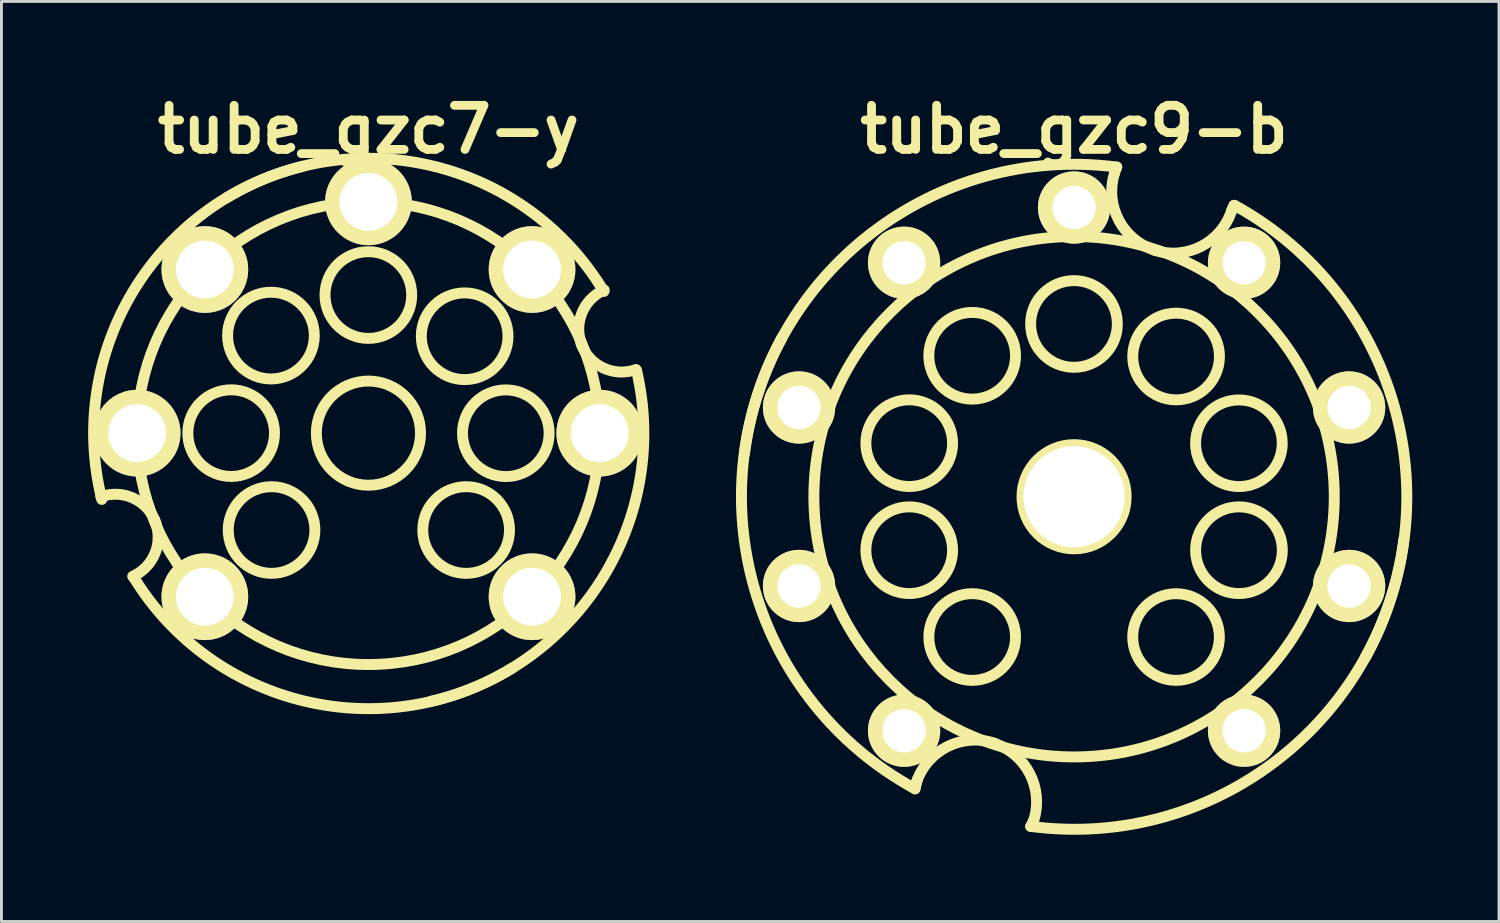
<source format=kicad_pcb>
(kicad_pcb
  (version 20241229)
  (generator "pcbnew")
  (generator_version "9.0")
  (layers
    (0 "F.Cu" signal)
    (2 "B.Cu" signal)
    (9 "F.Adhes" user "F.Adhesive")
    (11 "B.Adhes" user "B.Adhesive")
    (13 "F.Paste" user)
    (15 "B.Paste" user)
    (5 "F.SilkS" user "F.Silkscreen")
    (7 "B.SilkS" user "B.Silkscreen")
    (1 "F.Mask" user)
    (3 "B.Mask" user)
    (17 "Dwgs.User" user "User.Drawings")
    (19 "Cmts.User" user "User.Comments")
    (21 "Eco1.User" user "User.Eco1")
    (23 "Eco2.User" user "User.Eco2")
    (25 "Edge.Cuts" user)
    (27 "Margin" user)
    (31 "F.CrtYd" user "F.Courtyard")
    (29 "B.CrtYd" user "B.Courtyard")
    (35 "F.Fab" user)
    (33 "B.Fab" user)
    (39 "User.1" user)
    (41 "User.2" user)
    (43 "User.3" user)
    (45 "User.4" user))
  (footprint "tube_gzc9-b"
    (layer "F.Cu")
    (at 34.089 14.126)
    (property "Reference" "tube_gzc9-b" (at 0 -12.7 0) (layer "F.SilkS") (effects (font (size 1.524 1.524) (thickness 0.305))))
    (attr through_hole)
    (fp_line (start -5.499 10.099) (end -5.425 9.799) (stroke (width 0.378) (type solid)) (layer "F.SilkS"))
    (fp_line (start -1.501 11.4) (end -1.4 11.199) (stroke (width 0.378) (type solid)) (layer "F.SilkS"))
    (fp_line (start 1.476 -11.4) (end 1.4 -11.199) (stroke (width 0.378) (type solid)) (layer "F.SilkS"))
    (fp_line (start 5.524 -10.076) (end 5.451 -9.901) (stroke (width 0.378) (type solid)) (layer "F.SilkS"))
    (fp_arc (start -11.39952 -1.47574) (mid -7.017172 -9.104184) (end 1.47574 -11.39952) (stroke (width 0.37846) (type solid)) (layer "F.SilkS"))
    (fp_arc (start -5.4991 10.09904) (mid -11.029551 3.252649) (end -10.09904 -5.4991) (stroke (width 0.37846) (type solid)) (layer "F.SilkS"))
    (fp_arc (start -5.45084 9.87552) (mid -4.379419 8.640161) (end -2.74828 8.52424) (stroke (width 0.37846) (type solid)) (layer "F.SilkS"))
    (fp_arc (start -2.77622 8.52424) (mid -1.532678 9.575904) (end -1.397 11.19886) (stroke (width 0.37846) (type solid)) (layer "F.SilkS"))
    (fp_arc (start 2.79908 -8.52424) (mid 1.548843 -9.55974) (end 1.397 -11.176) (stroke (width 0.37846) (type solid)) (layer "F.SilkS"))
    (fp_arc (start 5.45084 -9.90092) (mid 4.39738 -8.658122) (end 2.77368 -8.52424) (stroke (width 0.37846) (type solid)) (layer "F.SilkS"))
    (fp_arc (start 5.5499 -10.07618) (mid 11.049307 -3.200563) (end 10.07618 5.5499) (stroke (width 0.37846) (type solid)) (layer "F.SilkS"))
    (fp_arc (start 11.39952 1.50114) (mid 6.999212 9.122144) (end -1.50114 11.39952) (stroke (width 0.37846) (type solid)) (layer "F.SilkS"))
    (fp_circle (center -5.7 -1.852) (end -4.201 -1.852) (stroke (width 0.378) (type solid)) (fill no) (layer "F.SilkS"))
    (fp_circle (center -5.7 1.849) (end -4.201 1.849) (stroke (width 0.378) (type solid)) (fill no) (layer "F.SilkS"))
    (fp_circle (center -3.523 -4.874) (end -2.024 -4.874) (stroke (width 0.378) (type solid)) (fill no) (layer "F.SilkS"))
    (fp_circle (center -3.523 4.851) (end -2.024 4.851) (stroke (width 0.378) (type solid)) (fill no) (layer "F.SilkS"))
    (fp_circle (center -0.003 -5.974) (end 1.496 -5.974) (stroke (width 0.378) (type solid)) (fill no) (layer "F.SilkS"))
    (fp_circle (center 0 0) (end 1.801 0) (stroke (width 0.378) (type solid)) (fill no) (layer "F.SilkS"))
    (fp_circle (center 0 0) (end 8.997 0) (stroke (width 0.378) (type solid)) (fill no) (layer "F.SilkS"))
    (fp_circle (center 3.526 4.851) (end 5.024 4.851) (stroke (width 0.378) (type solid)) (fill no) (layer "F.SilkS"))
    (fp_circle (center 3.528 -4.849) (end 5.027 -4.849) (stroke (width 0.378) (type solid)) (fill no) (layer "F.SilkS"))
    (fp_circle (center 5.7 -1.849) (end 7.198 -1.849) (stroke (width 0.378) (type solid)) (fill no) (layer "F.SilkS"))
    (fp_circle (center 5.702 1.849) (end 7.201 1.849) (stroke (width 0.378) (type solid)) (fill no) (layer "F.SilkS"))
    (pad "" np_thru_hole circle (at 0 0) (size 3.498 3.498) (drill 3.498) (layers "*.Cu" "*.Mask" "F.SilkS"))
    (pad "1" thru_hole circle (at 5.878 8.09) (size 2.499 2.499) (drill 1.499) (layers "*.Cu" "*.Mask" "F.SilkS"))
    (pad "2" thru_hole circle (at 9.51 3.086) (size 2.499 2.499) (drill 1.499) (layers "*.Cu" "*.Mask" "F.SilkS"))
    (pad "3" thru_hole circle (at 9.51 -3.086) (size 2.499 2.499) (drill 1.499) (layers "*.Cu" "*.Mask" "F.SilkS"))
    (pad "4" thru_hole circle (at 5.878 -8.09) (size 2.499 2.499) (drill 1.499) (layers "*.Cu" "*.Mask" "F.SilkS"))
    (pad "5" thru_hole circle (at 0 -10) (size 2.499 2.499) (drill 1.499) (layers "*.Cu" "*.Mask" "F.SilkS"))
    (pad "6" thru_hole circle (at -5.878 -8.09) (size 2.499 2.499) (drill 1.499) (layers "*.Cu" "*.Mask" "F.SilkS"))
    (pad "7" thru_hole circle (at -9.51 -3.086) (size 2.499 2.499) (drill 1.499) (layers "*.Cu" "*.Mask" "F.SilkS"))
    (pad "8" thru_hole circle (at -9.51 3.086) (size 2.499 2.499) (drill 1.499) (layers "*.Cu" "*.Mask" "F.SilkS"))
    (pad "9" thru_hole circle (at -5.878 8.09) (size 2.499 2.499) (drill 1.499) (layers "*.Cu" "*.Mask" "F.SilkS")))
  (footprint "tube_gzc7-y"
    (layer "F.Cu")
    (at 9.69 11.927)
    (property "Reference" "tube_gzc7-y" (at 0 -10.5 0) (layer "F.SilkS") (effects (font (size 1.524 1.524) (thickness 0.305))))
    (attr through_hole)
    (fp_arc (start -9.25068 2.19964) (mid -8.114498 2.255734) (end -7.35076 3.0988) (stroke (width 0.37846) (type solid)) (layer "F.SilkS"))
    (fp_arc (start -9.2202 2.29108) (mid -8.139704 -4.899628) (end -2.29108 -9.2202) (stroke (width 0.37846) (type solid)) (layer "F.SilkS"))
    (fp_arc (start -7.39902 2.99974) (mid -7.370933 4.130811) (end -8.15086 4.95046) (stroke (width 0.37846) (type solid)) (layer "F.SilkS"))
    (fp_arc (start -4.89966 -8.1407) (mid 2.291761 -9.220927) (end 8.1407 -4.89966) (stroke (width 0.37846) (type solid)) (layer "F.SilkS"))
    (fp_arc (start 4.98094 8.12038) (mid -2.219919 9.264032) (end -8.12038 4.98094) (stroke (width 0.37846) (type solid)) (layer "F.SilkS"))
    (fp_arc (start 7.39902 -2.99974) (mid 7.370933 -4.130811) (end 8.15086 -4.95046) (stroke (width 0.37846) (type solid)) (layer "F.SilkS"))
    (fp_arc (start 9.25068 -2.19964) (mid 8.114498 -2.255734) (end 7.35076 -3.0988) (stroke (width 0.37846) (type solid)) (layer "F.SilkS"))
    (fp_arc (start 9.271 -2.16916) (mid 8.089415 5.021759) (end 2.16916 9.271) (stroke (width 0.37846) (type solid)) (layer "F.SilkS"))
    (fp_circle (center -4.747 0) (end -3.249 0) (stroke (width 0.378) (type solid)) (fill no) (layer "F.SilkS"))
    (fp_circle (center -3.371 -3.373) (end -1.872 -3.373) (stroke (width 0.378) (type solid)) (fill no) (layer "F.SilkS"))
    (fp_circle (center -3.35 3.35) (end -1.852 3.35) (stroke (width 0.378) (type solid)) (fill no) (layer "F.SilkS"))
    (fp_circle (center -0.003 -4.775) (end 1.496 -4.775) (stroke (width 0.378) (type solid)) (fill no) (layer "F.SilkS"))
    (fp_circle (center 0 0) (end 1.801 0) (stroke (width 0.378) (type solid)) (fill no) (layer "F.SilkS"))
    (fp_circle (center 0 0) (end 8.001 0) (stroke (width 0.378) (type solid)) (fill no) (layer "F.SilkS"))
    (fp_circle (center 3.327 -3.35) (end 4.826 -3.35) (stroke (width 0.378) (type solid)) (fill no) (layer "F.SilkS"))
    (fp_circle (center 3.378 3.35) (end 4.877 3.35) (stroke (width 0.378) (type solid)) (fill no) (layer "F.SilkS"))
    (fp_circle (center 4.75 0.003) (end 6.248 0.003) (stroke (width 0.378) (type solid)) (fill no) (layer "F.SilkS"))
    (pad "1" thru_hole circle (at 5.657 5.657) (size 2.997 2.997) (drill 1.999) (layers "*.Cu" "*.Mask" "F.SilkS"))
    (pad "2" thru_hole circle (at 7.998 0) (size 2.997 2.997) (drill 1.999) (layers "*.Cu" "*.Mask" "F.SilkS"))
    (pad "3" thru_hole circle (at 5.657 -5.657) (size 2.997 2.997) (drill 1.999) (layers "*.Cu" "*.Mask" "F.SilkS"))
    (pad "4" thru_hole circle (at 0 -7.998) (size 2.997 2.997) (drill 1.999) (layers "*.Cu" "*.Mask" "F.SilkS"))
    (pad "5" thru_hole circle (at -5.657 -5.657) (size 2.997 2.997) (drill 1.999) (layers "*.Cu" "*.Mask" "F.SilkS"))
    (pad "6" thru_hole circle (at -7.998 0) (size 2.997 2.997) (drill 1.999) (layers "*.Cu" "*.Mask" "F.SilkS"))
    (pad "7" thru_hole circle (at -5.657 5.657) (size 2.997 2.997) (drill 1.999) (layers "*.Cu" "*.Mask" "F.SilkS")))
  (gr_rect
    (start -3 -3)
    (end 48.782 28.814)
    (stroke (width 0.1) (type default))
    (fill no)
    (layer "Edge.Cuts")))
</source>
